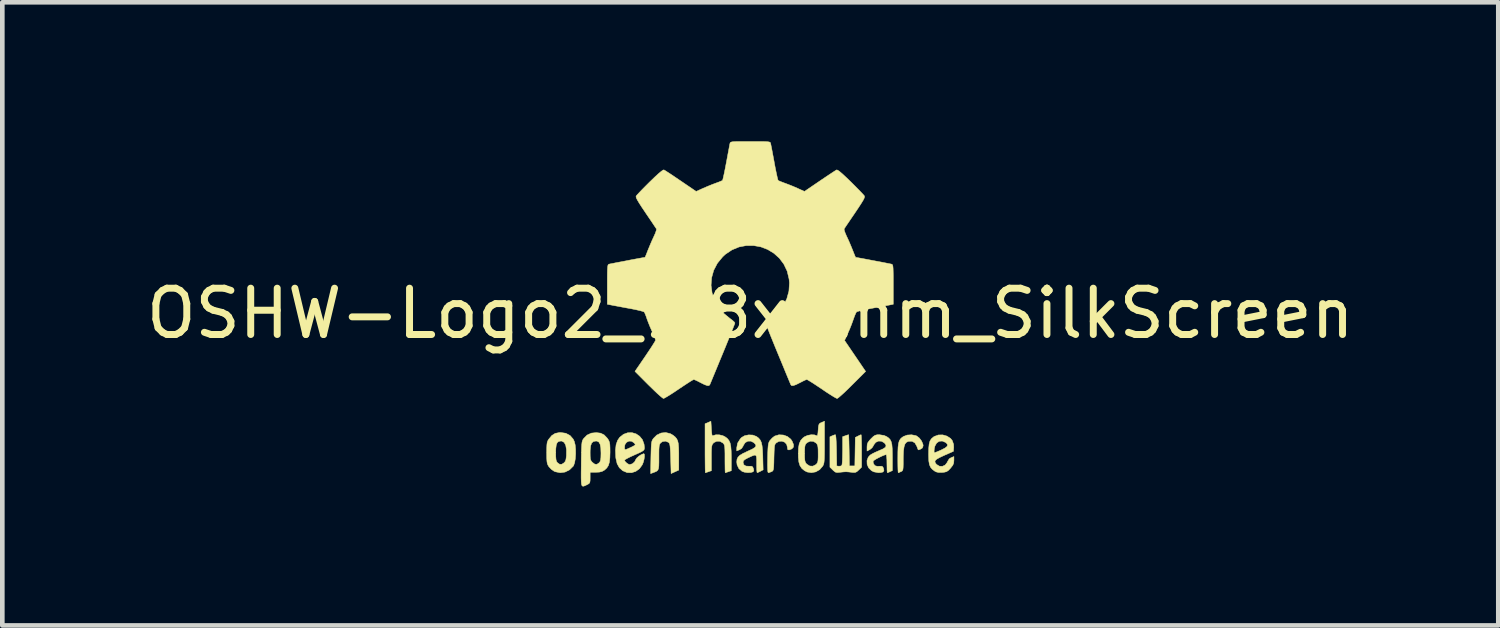
<source format=kicad_pcb>
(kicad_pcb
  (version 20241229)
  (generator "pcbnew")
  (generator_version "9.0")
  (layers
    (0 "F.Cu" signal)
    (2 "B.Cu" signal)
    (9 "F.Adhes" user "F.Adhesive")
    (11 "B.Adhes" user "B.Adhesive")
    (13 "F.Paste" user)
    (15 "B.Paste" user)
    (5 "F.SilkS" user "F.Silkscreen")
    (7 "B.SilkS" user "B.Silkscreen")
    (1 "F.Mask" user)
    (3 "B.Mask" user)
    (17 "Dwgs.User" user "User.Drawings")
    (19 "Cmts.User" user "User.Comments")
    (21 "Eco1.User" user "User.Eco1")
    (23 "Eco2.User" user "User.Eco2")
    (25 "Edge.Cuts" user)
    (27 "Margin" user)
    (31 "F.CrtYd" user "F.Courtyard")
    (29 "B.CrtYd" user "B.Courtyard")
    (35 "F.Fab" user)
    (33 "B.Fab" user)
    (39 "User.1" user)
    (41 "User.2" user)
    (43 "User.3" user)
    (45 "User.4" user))
  (footprint "OSHW-Logo2_9.8x8mm_SilkScreen"
    (layer "F.Cu")
    (at 13.149 3.717)
    (property "Reference" "OSHW-Logo2_9.8x8mm_SilkScreen" (at 0 0 0) (layer "F.SilkS") (effects (font (size 1 1) (thickness 0.15))))
    (attr exclude_from_pos_files exclude_from_bom)
    (fp_poly (pts (xy 3.571 2.637) (xy 3.594 2.647) (xy 3.65 2.691) (xy 3.698 2.755) (xy 3.727 2.823) (xy 3.732 2.857) (xy 3.716 2.904) (xy 3.68 2.928) (xy 3.643 2.943) (xy 3.625 2.946) (xy 3.617 2.926) (xy 3.6 2.882) (xy 3.593 2.863) (xy 3.552 2.794) (xy 3.493 2.76) (xy 3.417 2.761) (xy 3.411 2.763) (xy 3.37 2.782) (xy 3.34 2.819) (xy 3.32 2.88) (xy 3.308 2.968) (xy 3.303 3.088) (xy 3.302 3.152) (xy 3.302 3.252) (xy 3.3 3.321) (xy 3.296 3.365) (xy 3.287 3.39) (xy 3.274 3.405) (xy 3.253 3.416) (xy 3.252 3.416) (xy 3.213 3.433) (xy 3.194 3.439) (xy 3.191 3.42) (xy 3.188 3.369) (xy 3.186 3.292) (xy 3.185 3.196) (xy 3.185 3.125) (xy 3.186 2.989) (xy 3.19 2.885) (xy 3.2 2.808) (xy 3.216 2.752) (xy 3.24 2.711) (xy 3.274 2.679) (xy 3.308 2.656) (xy 3.388 2.626) (xy 3.482 2.62) (xy 3.571 2.637)) (stroke (width 0.01) (type solid)) (fill yes) (layer "F.SilkS"))
    (fp_poly (pts (xy -1.728 2.595) (xy -1.666 2.631) (xy -1.622 2.667) (xy -1.59 2.705) (xy -1.568 2.751) (xy -1.554 2.812) (xy -1.547 2.895) (xy -1.544 3.007) (xy -1.544 3.087) (xy -1.544 3.382) (xy -1.71 3.457) (xy -1.719 3.133) (xy -1.723 3.013) (xy -1.728 2.925) (xy -1.733 2.865) (xy -1.74 2.825) (xy -1.75 2.801) (xy -1.763 2.786) (xy -1.767 2.783) (xy -1.831 2.757) (xy -1.896 2.767) (xy -1.934 2.794) (xy -1.95 2.813) (xy -1.961 2.838) (xy -1.968 2.876) (xy -1.972 2.934) (xy -1.973 3.018) (xy -1.973 3.106) (xy -1.973 3.216) (xy -1.975 3.294) (xy -1.982 3.347) (xy -1.995 3.381) (xy -2.018 3.404) (xy -2.053 3.421) (xy -2.1 3.439) (xy -2.152 3.458) (xy -2.146 3.111) (xy -2.143 2.986) (xy -2.14 2.894) (xy -2.136 2.828) (xy -2.13 2.781) (xy -2.121 2.748) (xy -2.108 2.722) (xy -2.092 2.699) (xy -2.018 2.625) (xy -1.926 2.582) (xy -1.827 2.571) (xy -1.728 2.595)) (stroke (width 0.01) (type solid)) (fill yes) (layer "F.SilkS"))
    (fp_poly (pts (xy 0.713 2.625) (xy 0.802 2.657) (xy 0.874 2.715) (xy 0.902 2.756) (xy 0.933 2.831) (xy 0.932 2.885) (xy 0.9 2.921) (xy 0.888 2.928) (xy 0.837 2.947) (xy 0.81 2.942) (xy 0.802 2.91) (xy 0.801 2.892) (xy 0.785 2.826) (xy 0.742 2.78) (xy 0.683 2.758) (xy 0.617 2.763) (xy 0.564 2.792) (xy 0.546 2.809) (xy 0.533 2.829) (xy 0.524 2.859) (xy 0.519 2.907) (xy 0.515 2.978) (xy 0.512 3.08) (xy 0.511 3.112) (xy 0.509 3.222) (xy 0.506 3.3) (xy 0.501 3.351) (xy 0.494 3.383) (xy 0.483 3.401) (xy 0.467 3.412) (xy 0.457 3.417) (xy 0.413 3.433) (xy 0.388 3.439) (xy 0.379 3.421) (xy 0.374 3.365) (xy 0.372 3.272) (xy 0.374 3.141) (xy 0.374 3.121) (xy 0.377 3.002) (xy 0.381 2.914) (xy 0.386 2.853) (xy 0.393 2.809) (xy 0.404 2.778) (xy 0.419 2.751) (xy 0.427 2.74) (xy 0.472 2.69) (xy 0.522 2.651) (xy 0.528 2.647) (xy 0.618 2.62) (xy 0.713 2.625)) (stroke (width 0.01) (type solid)) (fill yes) (layer "F.SilkS"))
    (fp_poly (pts (xy -0.84 2.492) (xy -0.834 2.572) (xy -0.828 2.619) (xy -0.819 2.64) (xy -0.805 2.64) (xy -0.801 2.637) (xy -0.744 2.62) (xy -0.669 2.621) (xy -0.593 2.639) (xy -0.545 2.663) (xy -0.496 2.7) (xy -0.461 2.743) (xy -0.436 2.797) (xy -0.421 2.869) (xy -0.413 2.966) (xy -0.41 3.095) (xy -0.41 3.119) (xy -0.41 3.396) (xy -0.472 3.417) (xy -0.516 3.432) (xy -0.54 3.439) (xy -0.54 3.439) (xy -0.543 3.42) (xy -0.545 3.37) (xy -0.546 3.293) (xy -0.547 3.197) (xy -0.547 3.139) (xy -0.547 3.025) (xy -0.549 2.943) (xy -0.552 2.886) (xy -0.558 2.849) (xy -0.568 2.825) (xy -0.583 2.806) (xy -0.592 2.797) (xy -0.655 2.761) (xy -0.724 2.759) (xy -0.786 2.789) (xy -0.798 2.8) (xy -0.815 2.821) (xy -0.826 2.845) (xy -0.834 2.881) (xy -0.838 2.934) (xy -0.84 3.012) (xy -0.84 3.121) (xy -0.84 3.396) (xy -0.902 3.417) (xy -0.945 3.432) (xy -0.969 3.439) (xy -0.97 3.439) (xy -0.972 3.42) (xy -0.974 3.367) (xy -0.975 3.286) (xy -0.976 3.18) (xy -0.977 3.055) (xy -0.977 2.916) (xy -0.977 2.382) (xy -0.85 2.328) (xy -0.84 2.492)) (stroke (width 0.01) (type solid)) (fill yes) (layer "F.SilkS"))
    (fp_poly (pts (xy 2.396 2.637) (xy 2.399 2.688) (xy 2.401 2.766) (xy 2.403 2.865) (xy 2.403 2.968) (xy 2.403 3.319) (xy 2.341 3.38) (xy 2.299 3.418) (xy 2.261 3.434) (xy 2.21 3.433) (xy 2.19 3.43) (xy 2.127 3.423) (xy 2.074 3.419) (xy 2.061 3.419) (xy 2.018 3.421) (xy 1.957 3.427) (xy 1.933 3.43) (xy 1.874 3.435) (xy 1.834 3.425) (xy 1.795 3.394) (xy 1.781 3.38) (xy 1.719 3.319) (xy 1.719 2.664) (xy 1.769 2.641) (xy 1.812 2.624) (xy 1.837 2.618) (xy 1.844 2.637) (xy 1.85 2.689) (xy 1.855 2.768) (xy 1.859 2.87) (xy 1.861 2.955) (xy 1.866 3.292) (xy 1.913 3.299) (xy 1.955 3.294) (xy 1.976 3.279) (xy 1.982 3.251) (xy 1.987 3.192) (xy 1.99 3.108) (xy 1.992 3.009) (xy 1.993 2.957) (xy 1.993 2.661) (xy 2.054 2.64) (xy 2.098 2.625) (xy 2.122 2.618) (xy 2.122 2.618) (xy 2.125 2.637) (xy 2.127 2.688) (xy 2.13 2.766) (xy 2.132 2.864) (xy 2.134 2.955) (xy 2.139 3.292) (xy 2.257 3.292) (xy 2.262 2.985) (xy 2.267 2.677) (xy 2.325 2.648) (xy 2.367 2.627) (xy 2.392 2.618) (xy 2.392 2.618) (xy 2.396 2.637)) (stroke (width 0.01) (type solid)) (fill yes) (layer "F.SilkS"))
    (fp_poly (pts (xy -3.983 2.587) (xy -3.892 2.635) (xy -3.824 2.713) (xy -3.8 2.763) (xy -3.781 2.838) (xy -3.772 2.932) (xy -3.771 3.035) (xy -3.778 3.136) (xy -3.793 3.223) (xy -3.815 3.286) (xy -3.822 3.297) (xy -3.903 3.377) (xy -4 3.425) (xy -4.104 3.439) (xy -4.21 3.418) (xy -4.239 3.405) (xy -4.297 3.364) (xy -4.347 3.311) (xy -4.352 3.304) (xy -4.371 3.271) (xy -4.384 3.236) (xy -4.391 3.19) (xy -4.395 3.125) (xy -4.396 3.03) (xy -4.396 3.009) (xy -4.396 3.002) (xy -4.201 3.002) (xy -4.2 3.091) (xy -4.195 3.151) (xy -4.186 3.189) (xy -4.17 3.215) (xy -4.162 3.224) (xy -4.115 3.257) (xy -4.07 3.256) (xy -4.024 3.227) (xy -3.996 3.196) (xy -3.98 3.151) (xy -3.971 3.079) (xy -3.97 3.071) (xy -3.969 2.942) (xy -3.985 2.846) (xy -4.019 2.784) (xy -4.07 2.756) (xy -4.088 2.755) (xy -4.136 2.763) (xy -4.169 2.789) (xy -4.189 2.839) (xy -4.199 2.919) (xy -4.201 3.002) (xy -4.396 3.002) (xy -4.395 2.908) (xy -4.392 2.838) (xy -4.386 2.789) (xy -4.374 2.753) (xy -4.356 2.722) (xy -4.352 2.716) (xy -4.286 2.636) (xy -4.213 2.59) (xy -4.125 2.572) (xy -4.095 2.571) (xy -3.983 2.587)) (stroke (width 0.01) (type solid)) (fill yes) (layer "F.SilkS"))
    (fp_poly (pts (xy 4.245 2.648) (xy 4.323 2.698) (xy 4.36 2.744) (xy 4.389 2.826) (xy 4.392 2.891) (xy 4.386 2.977) (xy 4.186 3.065) (xy 4.089 3.11) (xy 4.025 3.146) (xy 3.992 3.177) (xy 3.986 3.207) (xy 4.005 3.241) (xy 4.025 3.263) (xy 4.084 3.298) (xy 4.148 3.301) (xy 4.207 3.273) (xy 4.25 3.218) (xy 4.258 3.199) (xy 4.295 3.138) (xy 4.338 3.113) (xy 4.396 3.09) (xy 4.396 3.174) (xy 4.391 3.231) (xy 4.371 3.279) (xy 4.328 3.334) (xy 4.322 3.342) (xy 4.275 3.391) (xy 4.234 3.417) (xy 4.183 3.429) (xy 4.141 3.433) (xy 4.066 3.434) (xy 4.012 3.421) (xy 3.979 3.403) (xy 3.926 3.362) (xy 3.89 3.318) (xy 3.867 3.262) (xy 3.854 3.187) (xy 3.85 3.084) (xy 3.849 3.032) (xy 3.851 2.97) (xy 3.968 2.97) (xy 3.97 3.003) (xy 3.973 3.009) (xy 3.996 3.001) (xy 4.044 2.982) (xy 4.109 2.954) (xy 4.122 2.948) (xy 4.204 2.906) (xy 4.249 2.87) (xy 4.259 2.835) (xy 4.236 2.801) (xy 4.216 2.785) (xy 4.145 2.755) (xy 4.079 2.76) (xy 4.024 2.797) (xy 3.986 2.863) (xy 3.973 2.916) (xy 3.968 2.97) (xy 3.851 2.97) (xy 3.852 2.911) (xy 3.861 2.821) (xy 3.879 2.755) (xy 3.909 2.707) (xy 3.953 2.669) (xy 3.972 2.656) (xy 4.059 2.624) (xy 4.154 2.622) (xy 4.245 2.648)) (stroke (width 0.01) (type solid)) (fill yes) (layer "F.SilkS"))
    (fp_poly (pts (xy 1.602 2.78) (xy 1.602 2.926) (xy 1.601 3.039) (xy 1.599 3.123) (xy 1.595 3.184) (xy 1.59 3.227) (xy 1.582 3.259) (xy 1.571 3.283) (xy 1.563 3.297) (xy 1.497 3.373) (xy 1.412 3.421) (xy 1.319 3.438) (xy 1.226 3.423) (xy 1.17 3.394) (xy 1.112 3.346) (xy 1.072 3.286) (xy 1.048 3.209) (xy 1.037 3.105) (xy 1.036 3.028) (xy 1.036 3.023) (xy 1.172 3.023) (xy 1.173 3.11) (xy 1.177 3.168) (xy 1.186 3.206) (xy 1.201 3.233) (xy 1.22 3.254) (xy 1.283 3.294) (xy 1.351 3.297) (xy 1.415 3.264) (xy 1.42 3.26) (xy 1.441 3.236) (xy 1.455 3.208) (xy 1.462 3.167) (xy 1.465 3.102) (xy 1.465 3.031) (xy 1.464 2.942) (xy 1.46 2.882) (xy 1.451 2.843) (xy 1.436 2.815) (xy 1.423 2.8) (xy 1.364 2.763) (xy 1.295 2.758) (xy 1.23 2.787) (xy 1.218 2.797) (xy 1.196 2.821) (xy 1.183 2.849) (xy 1.176 2.891) (xy 1.173 2.956) (xy 1.172 3.023) (xy 1.036 3.023) (xy 1.04 2.906) (xy 1.056 2.814) (xy 1.087 2.744) (xy 1.134 2.69) (xy 1.17 2.663) (xy 1.237 2.633) (xy 1.314 2.619) (xy 1.386 2.622) (xy 1.426 2.637) (xy 1.442 2.642) (xy 1.453 2.626) (xy 1.46 2.583) (xy 1.465 2.518) (xy 1.471 2.446) (xy 1.48 2.402) (xy 1.495 2.377) (xy 1.522 2.361) (xy 1.539 2.354) (xy 1.602 2.327) (xy 1.602 2.78)) (stroke (width 0.01) (type solid)) (fill yes) (layer "F.SilkS"))
    (fp_poly (pts (xy -2.466 2.6) (xy -2.389 2.652) (xy -2.329 2.726) (xy -2.294 2.822) (xy -2.286 2.892) (xy -2.287 2.921) (xy -2.294 2.943) (xy -2.313 2.963) (xy -2.35 2.986) (xy -2.41 3.015) (xy -2.5 3.055) (xy -2.501 3.055) (xy -2.584 3.093) (xy -2.652 3.127) (xy -2.698 3.153) (xy -2.716 3.167) (xy -2.716 3.167) (xy -2.701 3.199) (xy -2.665 3.233) (xy -2.624 3.258) (xy -2.603 3.263) (xy -2.546 3.246) (xy -2.497 3.203) (xy -2.474 3.156) (xy -2.451 3.122) (xy -2.406 3.082) (xy -2.353 3.048) (xy -2.306 3.029) (xy -2.297 3.028) (xy -2.286 3.045) (xy -2.285 3.088) (xy -2.293 3.146) (xy -2.308 3.207) (xy -2.329 3.261) (xy -2.33 3.264) (xy -2.392 3.351) (xy -2.473 3.41) (xy -2.565 3.439) (xy -2.66 3.436) (xy -2.752 3.397) (xy -2.756 3.395) (xy -2.828 3.33) (xy -2.875 3.245) (xy -2.901 3.133) (xy -2.905 3.102) (xy -2.911 2.954) (xy -2.903 2.884) (xy -2.716 2.884) (xy -2.713 2.928) (xy -2.7 2.94) (xy -2.667 2.931) (xy -2.615 2.908) (xy -2.556 2.881) (xy -2.555 2.88) (xy -2.505 2.854) (xy -2.485 2.836) (xy -2.49 2.818) (xy -2.511 2.794) (xy -2.563 2.759) (xy -2.62 2.757) (xy -2.671 2.782) (xy -2.706 2.831) (xy -2.716 2.884) (xy -2.903 2.884) (xy -2.898 2.835) (xy -2.865 2.741) (xy -2.82 2.675) (xy -2.737 2.609) (xy -2.646 2.576) (xy -2.554 2.574) (xy -2.466 2.6)) (stroke (width 0.01) (type solid)) (fill yes) (layer "F.SilkS"))
    (fp_poly (pts (xy 0.054 2.626) (xy 0.13 2.655) (xy 0.131 2.655) (xy 0.178 2.69) (xy 0.213 2.731) (xy 0.238 2.784) (xy 0.254 2.856) (xy 0.264 2.953) (xy 0.27 3.082) (xy 0.27 3.1) (xy 0.277 3.377) (xy 0.218 3.408) (xy 0.175 3.429) (xy 0.149 3.439) (xy 0.148 3.439) (xy 0.143 3.421) (xy 0.139 3.372) (xy 0.137 3.3) (xy 0.137 3.242) (xy 0.137 3.148) (xy 0.132 3.089) (xy 0.118 3.061) (xy 0.085 3.06) (xy 0.03 3.081) (xy -0.054 3.12) (xy -0.115 3.153) (xy -0.147 3.181) (xy -0.156 3.212) (xy -0.156 3.213) (xy -0.141 3.266) (xy -0.095 3.295) (xy -0.026 3.299) (xy 0.024 3.298) (xy 0.051 3.313) (xy 0.067 3.347) (xy 0.077 3.391) (xy 0.063 3.416) (xy 0.058 3.42) (xy 0.009 3.434) (xy -0.058 3.437) (xy -0.128 3.427) (xy -0.178 3.41) (xy -0.246 3.351) (xy -0.285 3.27) (xy -0.293 3.207) (xy -0.287 3.15) (xy -0.266 3.104) (xy -0.224 3.062) (xy -0.155 3.021) (xy -0.055 2.974) (xy -0.049 2.971) (xy 0.041 2.93) (xy 0.097 2.895) (xy 0.121 2.865) (xy 0.116 2.833) (xy 0.084 2.797) (xy 0.075 2.789) (xy 0.012 2.757) (xy -0.054 2.758) (xy -0.111 2.79) (xy -0.149 2.848) (xy -0.152 2.859) (xy -0.187 2.915) (xy -0.23 2.942) (xy -0.293 2.968) (xy -0.293 2.9) (xy -0.274 2.8) (xy -0.217 2.709) (xy -0.188 2.678) (xy -0.12 2.639) (xy -0.035 2.622) (xy 0.054 2.626)) (stroke (width 0.01) (type solid)) (fill yes) (layer "F.SilkS"))
    (fp_poly (pts (xy -3.231 2.585) (xy -3.156 2.622) (xy -3.091 2.69) (xy -3.072 2.716) (xy -3.053 2.749) (xy -3.04 2.785) (xy -3.032 2.833) (xy -3.029 2.903) (xy -3.028 2.994) (xy -3.032 3.12) (xy -3.043 3.214) (xy -3.065 3.285) (xy -3.1 3.338) (xy -3.149 3.383) (xy -3.153 3.385) (xy -3.202 3.412) (xy -3.261 3.426) (xy -3.336 3.429) (xy -3.458 3.429) (xy -3.458 3.547) (xy -3.459 3.613) (xy -3.466 3.652) (xy -3.484 3.675) (xy -3.519 3.695) (xy -3.527 3.699) (xy -3.566 3.718) (xy -3.596 3.729) (xy -3.619 3.73) (xy -3.635 3.717) (xy -3.645 3.685) (xy -3.65 3.63) (xy -3.652 3.549) (xy -3.652 3.437) (xy -3.65 3.292) (xy -3.65 3.248) (xy -3.648 3.098) (xy -3.646 3) (xy -3.458 3) (xy -3.457 3.083) (xy -3.453 3.138) (xy -3.442 3.174) (xy -3.423 3.201) (xy -3.41 3.215) (xy -3.358 3.254) (xy -3.312 3.258) (xy -3.264 3.225) (xy -3.263 3.224) (xy -3.244 3.199) (xy -3.232 3.164) (xy -3.226 3.112) (xy -3.224 3.031) (xy -3.224 3.013) (xy -3.228 2.902) (xy -3.243 2.825) (xy -3.269 2.778) (xy -3.309 2.757) (xy -3.332 2.755) (xy -3.387 2.765) (xy -3.425 2.798) (xy -3.447 2.858) (xy -3.457 2.95) (xy -3.458 3) (xy -3.646 3) (xy -3.646 2.982) (xy -3.643 2.895) (xy -3.639 2.831) (xy -3.634 2.786) (xy -3.627 2.754) (xy -3.617 2.73) (xy -3.604 2.709) (xy -3.598 2.701) (xy -3.525 2.627) (xy -3.432 2.584) (xy -3.325 2.573) (xy -3.231 2.585)) (stroke (width 0.01) (type solid)) (fill yes) (layer "F.SilkS"))
    (fp_poly (pts (xy 2.887 2.634) (xy 2.944 2.659) (xy 2.988 2.69) (xy 3.02 2.725) (xy 3.042 2.77) (xy 3.057 2.831) (xy 3.064 2.915) (xy 3.067 3.028) (xy 3.068 3.103) (xy 3.068 3.393) (xy 3.018 3.416) (xy 2.979 3.433) (xy 2.959 3.439) (xy 2.955 3.421) (xy 2.952 3.372) (xy 2.951 3.3) (xy 2.95 3.243) (xy 2.949 3.161) (xy 2.944 3.096) (xy 2.938 3.056) (xy 2.933 3.048) (xy 2.898 3.057) (xy 2.844 3.079) (xy 2.781 3.109) (xy 2.72 3.141) (xy 2.674 3.17) (xy 2.652 3.19) (xy 2.652 3.19) (xy 2.654 3.227) (xy 2.671 3.262) (xy 2.7 3.291) (xy 2.743 3.3) (xy 2.78 3.299) (xy 2.832 3.298) (xy 2.859 3.31) (xy 2.876 3.343) (xy 2.878 3.349) (xy 2.885 3.395) (xy 2.866 3.423) (xy 2.816 3.436) (xy 2.763 3.438) (xy 2.666 3.42) (xy 2.616 3.394) (xy 2.554 3.333) (xy 2.522 3.258) (xy 2.519 3.178) (xy 2.546 3.104) (xy 2.588 3.058) (xy 2.63 3.032) (xy 2.695 2.999) (xy 2.771 2.966) (xy 2.784 2.96) (xy 2.867 2.924) (xy 2.916 2.891) (xy 2.931 2.859) (xy 2.917 2.822) (xy 2.892 2.794) (xy 2.833 2.759) (xy 2.768 2.756) (xy 2.709 2.783) (xy 2.666 2.837) (xy 2.661 2.851) (xy 2.628 2.902) (xy 2.581 2.94) (xy 2.52 2.971) (xy 2.52 2.883) (xy 2.524 2.829) (xy 2.539 2.787) (xy 2.573 2.741) (xy 2.605 2.706) (xy 2.655 2.657) (xy 2.694 2.631) (xy 2.736 2.62) (xy 2.783 2.618) (xy 2.887 2.634)) (stroke (width 0.01) (type solid)) (fill yes) (layer "F.SilkS"))
    (fp_poly (pts (xy 0.14 -3.712) (xy 0.246 -3.712) (xy 0.322 -3.71) (xy 0.374 -3.707) (xy 0.407 -3.702) (xy 0.426 -3.695) (xy 0.435 -3.684) (xy 0.439 -3.67) (xy 0.44 -3.668) (xy 0.446 -3.636) (xy 0.459 -3.572) (xy 0.476 -3.483) (xy 0.496 -3.376) (xy 0.518 -3.258) (xy 0.518 -3.254) (xy 0.54 -3.138) (xy 0.561 -3.036) (xy 0.579 -2.953) (xy 0.592 -2.897) (xy 0.601 -2.872) (xy 0.601 -2.871) (xy 0.626 -2.859) (xy 0.676 -2.839) (xy 0.742 -2.814) (xy 0.742 -2.814) (xy 0.825 -2.783) (xy 0.923 -2.744) (xy 1.015 -2.704) (xy 1.019 -2.702) (xy 1.169 -2.634) (xy 1.501 -2.86) (xy 1.603 -2.929) (xy 1.696 -2.991) (xy 1.773 -3.042) (xy 1.83 -3.079) (xy 1.861 -3.098) (xy 1.864 -3.099) (xy 1.887 -3.093) (xy 1.93 -3.063) (xy 1.994 -3.008) (xy 2.081 -2.927) (xy 2.171 -2.84) (xy 2.256 -2.755) (xy 2.333 -2.677) (xy 2.397 -2.611) (xy 2.442 -2.563) (xy 2.464 -2.536) (xy 2.464 -2.535) (xy 2.467 -2.517) (xy 2.458 -2.487) (xy 2.435 -2.441) (xy 2.395 -2.376) (xy 2.338 -2.288) (xy 2.261 -2.173) (xy 2.193 -2.073) (xy 2.132 -1.983) (xy 2.081 -1.908) (xy 2.045 -1.854) (xy 2.027 -1.827) (xy 2.026 -1.825) (xy 2.028 -1.798) (xy 2.045 -1.747) (xy 2.073 -1.68) (xy 2.083 -1.659) (xy 2.127 -1.564) (xy 2.173 -1.456) (xy 2.211 -1.363) (xy 2.238 -1.294) (xy 2.26 -1.241) (xy 2.272 -1.214) (xy 2.274 -1.211) (xy 2.297 -1.208) (xy 2.351 -1.198) (xy 2.429 -1.184) (xy 2.524 -1.166) (xy 2.628 -1.146) (xy 2.735 -1.126) (xy 2.837 -1.107) (xy 2.927 -1.089) (xy 2.998 -1.075) (xy 3.042 -1.066) (xy 3.053 -1.063) (xy 3.064 -1.057) (xy 3.073 -1.042) (xy 3.079 -1.015) (xy 3.083 -0.97) (xy 3.085 -0.902) (xy 3.087 -0.806) (xy 3.087 -0.678) (xy 3.087 -0.625) (xy 3.087 -0.198) (xy 2.985 -0.178) (xy 2.927 -0.167) (xy 2.842 -0.151) (xy 2.739 -0.132) (xy 2.629 -0.111) (xy 2.599 -0.106) (xy 2.497 -0.086) (xy 2.408 -0.067) (xy 2.34 -0.049) (xy 2.3 -0.036) (xy 2.293 -0.032) (xy 2.277 -0.004) (xy 2.253 0.051) (xy 2.227 0.122) (xy 2.222 0.137) (xy 2.188 0.231) (xy 2.146 0.337) (xy 2.104 0.432) (xy 2.104 0.433) (xy 2.035 0.583) (xy 2.49 1.252) (xy 2.197 1.544) (xy 2.109 1.631) (xy 2.029 1.708) (xy 1.96 1.77) (xy 1.909 1.814) (xy 1.879 1.835) (xy 1.874 1.837) (xy 1.849 1.826) (xy 1.797 1.797) (xy 1.725 1.752) (xy 1.637 1.695) (xy 1.543 1.631) (xy 1.447 1.567) (xy 1.361 1.51) (xy 1.291 1.466) (xy 1.242 1.437) (xy 1.221 1.426) (xy 1.194 1.435) (xy 1.144 1.458) (xy 1.08 1.491) (xy 1.074 1.494) (xy 0.988 1.537) (xy 0.929 1.558) (xy 0.893 1.559) (xy 0.874 1.539) (xy 0.874 1.539) (xy 0.864 1.515) (xy 0.841 1.46) (xy 0.807 1.378) (xy 0.763 1.272) (xy 0.712 1.147) (xy 0.654 1.007) (xy 0.598 0.872) (xy 0.536 0.722) (xy 0.48 0.584) (xy 0.43 0.461) (xy 0.389 0.357) (xy 0.358 0.277) (xy 0.338 0.225) (xy 0.332 0.206) (xy 0.347 0.183) (xy 0.386 0.148) (xy 0.439 0.109) (xy 0.588 -0.015) (xy 0.705 -0.156) (xy 0.787 -0.313) (xy 0.834 -0.482) (xy 0.845 -0.66) (xy 0.837 -0.742) (xy 0.796 -0.913) (xy 0.724 -1.064) (xy 0.627 -1.193) (xy 0.509 -1.299) (xy 0.374 -1.381) (xy 0.227 -1.437) (xy 0.072 -1.465) (xy -0.087 -1.465) (xy -0.244 -1.435) (xy -0.396 -1.372) (xy -0.538 -1.277) (xy -0.597 -1.222) (xy -0.711 -1.083) (xy -0.79 -0.932) (xy -0.835 -0.771) (xy -0.847 -0.607) (xy -0.825 -0.443) (xy -0.772 -0.284) (xy -0.686 -0.134) (xy -0.569 0.002) (xy -0.439 0.109) (xy -0.384 0.15) (xy -0.346 0.185) (xy -0.332 0.206) (xy -0.339 0.229) (xy -0.36 0.283) (xy -0.392 0.366) (xy -0.434 0.471) (xy -0.485 0.596) (xy -0.542 0.736) (xy -0.598 0.872) (xy -0.66 1.021) (xy -0.717 1.16) (xy -0.768 1.283) (xy -0.811 1.387) (xy -0.844 1.467) (xy -0.866 1.519) (xy -0.874 1.539) (xy -0.893 1.558) (xy -0.929 1.558) (xy -0.988 1.537) (xy -1.073 1.495) (xy -1.074 1.494) (xy -1.138 1.461) (xy -1.19 1.437) (xy -1.219 1.426) (xy -1.221 1.426) (xy -1.243 1.437) (xy -1.292 1.466) (xy -1.362 1.511) (xy -1.447 1.567) (xy -1.543 1.631) (xy -1.639 1.696) (xy -1.727 1.753) (xy -1.799 1.797) (xy -1.85 1.826) (xy -1.874 1.837) (xy -1.897 1.823) (xy -1.942 1.786) (xy -2.006 1.729) (xy -2.083 1.656) (xy -2.169 1.572) (xy -2.198 1.544) (xy -2.49 1.251) (xy -2.267 0.925) (xy -2.2 0.825) (xy -2.14 0.735) (xy -2.093 0.661) (xy -2.06 0.607) (xy -2.045 0.579) (xy -2.045 0.577) (xy -2.053 0.551) (xy -2.073 0.498) (xy -2.103 0.427) (xy -2.124 0.38) (xy -2.164 0.29) (xy -2.201 0.198) (xy -2.23 0.121) (xy -2.237 0.098) (xy -2.26 0.035) (xy -2.281 -0.014) (xy -2.293 -0.032) (xy -2.319 -0.043) (xy -2.377 -0.059) (xy -2.458 -0.078) (xy -2.555 -0.098) (xy -2.599 -0.106) (xy -2.709 -0.126) (xy -2.815 -0.146) (xy -2.906 -0.163) (xy -2.972 -0.175) (xy -2.985 -0.178) (xy -3.087 -0.198) (xy -3.087 -0.625) (xy -3.087 -0.766) (xy -3.086 -0.872) (xy -3.084 -0.949) (xy -3.08 -1.002) (xy -3.075 -1.035) (xy -3.067 -1.053) (xy -3.057 -1.062) (xy -3.053 -1.063) (xy -3.028 -1.069) (xy -2.972 -1.08) (xy -2.892 -1.096) (xy -2.796 -1.114) (xy -2.691 -1.134) (xy -2.585 -1.155) (xy -2.483 -1.174) (xy -2.395 -1.19) (xy -2.325 -1.203) (xy -2.283 -1.21) (xy -2.274 -1.211) (xy -2.265 -1.228) (xy -2.246 -1.273) (xy -2.221 -1.338) (xy -2.211 -1.363) (xy -2.171 -1.46) (xy -2.125 -1.568) (xy -2.083 -1.659) (xy -2.052 -1.728) (xy -2.032 -1.785) (xy -2.025 -1.82) (xy -2.026 -1.825) (xy -2.041 -1.847) (xy -2.074 -1.896) (xy -2.121 -1.967) (xy -2.181 -2.055) (xy -2.248 -2.154) (xy -2.261 -2.173) (xy -2.339 -2.289) (xy -2.396 -2.377) (xy -2.435 -2.442) (xy -2.458 -2.487) (xy -2.467 -2.516) (xy -2.465 -2.535) (xy -2.464 -2.535) (xy -2.445 -2.559) (xy -2.402 -2.605) (xy -2.341 -2.669) (xy -2.265 -2.746) (xy -2.18 -2.831) (xy -2.171 -2.84) (xy -2.063 -2.944) (xy -1.98 -3.02) (xy -1.92 -3.07) (xy -1.882 -3.096) (xy -1.864 -3.099) (xy -1.84 -3.085) (xy -1.788 -3.052) (xy -1.714 -3.004) (xy -1.625 -2.944) (xy -1.525 -2.876) (xy -1.501 -2.86) (xy -1.169 -2.634) (xy -1.019 -2.702) (xy -0.928 -2.741) (xy -0.83 -2.781) (xy -0.746 -2.813) (xy -0.742 -2.814) (xy -0.677 -2.838) (xy -0.626 -2.859) (xy -0.601 -2.871) (xy -0.601 -2.871) (xy -0.593 -2.893) (xy -0.58 -2.948) (xy -0.562 -3.029) (xy -0.542 -3.129) (xy -0.52 -3.244) (xy -0.518 -3.254) (xy -0.496 -3.372) (xy -0.476 -3.479) (xy -0.459 -3.569) (xy -0.447 -3.634) (xy -0.44 -3.668) (xy -0.44 -3.668) (xy -0.435 -3.683) (xy -0.427 -3.693) (xy -0.41 -3.701) (xy -0.379 -3.707) (xy -0.329 -3.71) (xy -0.256 -3.712) (xy -0.153 -3.712) (xy -0.018 -3.712) (xy 0 -3.712) (xy 0.14 -3.712)) (stroke (width 0.01) (type solid)) (fill yes) (layer "F.SilkS")))
  (gr_rect
    (start -3 -3)
    (end 29.298 10.453)
    (stroke (width 0.1) (type default))
    (fill no)
    (layer "Edge.Cuts")))
</source>
